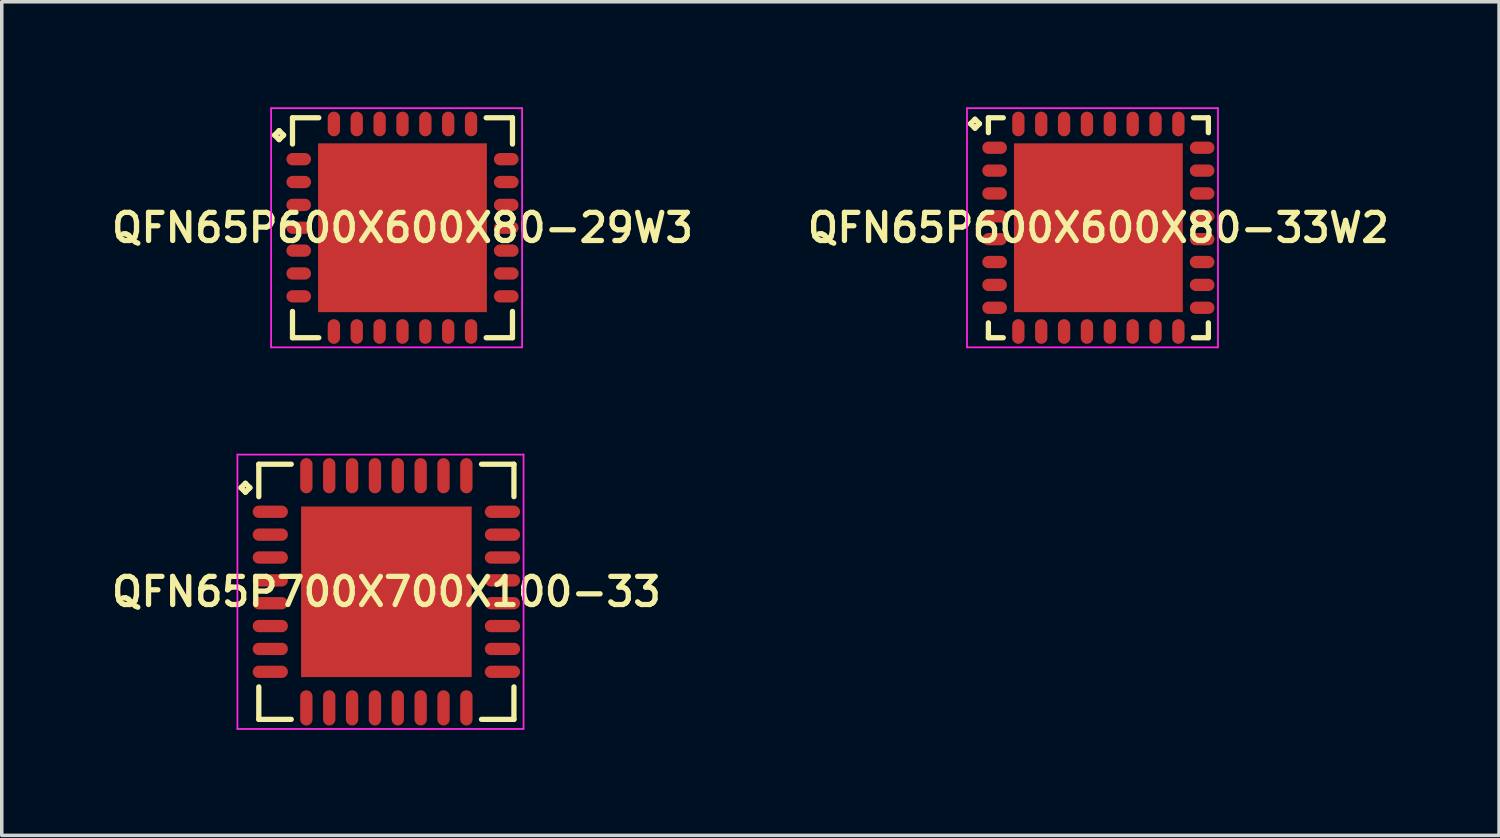
<source format=kicad_pcb>
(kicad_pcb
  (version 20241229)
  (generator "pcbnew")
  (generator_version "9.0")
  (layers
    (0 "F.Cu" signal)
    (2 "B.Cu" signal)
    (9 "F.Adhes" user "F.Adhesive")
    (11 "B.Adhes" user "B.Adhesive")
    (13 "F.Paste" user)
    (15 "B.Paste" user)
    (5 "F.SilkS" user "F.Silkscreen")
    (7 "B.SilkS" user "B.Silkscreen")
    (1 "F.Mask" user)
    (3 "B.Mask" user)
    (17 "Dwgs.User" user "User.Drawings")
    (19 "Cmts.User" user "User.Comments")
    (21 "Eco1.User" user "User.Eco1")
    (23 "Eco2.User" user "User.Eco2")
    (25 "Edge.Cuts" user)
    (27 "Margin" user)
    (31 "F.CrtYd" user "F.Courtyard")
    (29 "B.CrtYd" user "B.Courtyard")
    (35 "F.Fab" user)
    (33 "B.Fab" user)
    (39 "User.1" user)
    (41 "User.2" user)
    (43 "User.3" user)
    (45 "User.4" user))
  (footprint "QFN65P600X600X80-33W2"
    (layer "F.Cu")
    (at 28.178 3.425)
    (property "Reference" "QFN65P600X600X80-33W2" (at 0 0 0) (layer "F.SilkS") (effects (font (size 0.8 0.8) (thickness 0.15))))
    (attr smd)
    (fp_line (start -3.635 -2.958) (end -3.508 -3.085) (stroke (width 0.15) (type solid)) (layer "F.SilkS"))
    (fp_line (start -3.508 -3.085) (end -3.381 -2.958) (stroke (width 0.15) (type solid)) (layer "F.SilkS"))
    (fp_line (start -3.508 -2.831) (end -3.635 -2.958) (stroke (width 0.15) (type solid)) (layer "F.SilkS"))
    (fp_line (start -3.381 -2.958) (end -3.508 -2.831) (stroke (width 0.15) (type solid)) (layer "F.SilkS"))
    (fp_line (start -3.127 -3.127) (end -2.704 -3.127) (stroke (width 0.15) (type solid)) (layer "F.SilkS"))
    (fp_line (start -3.127 -2.704) (end -3.127 -3.127) (stroke (width 0.15) (type solid)) (layer "F.SilkS"))
    (fp_line (start -3.127 2.704) (end -3.127 3.127) (stroke (width 0.15) (type solid)) (layer "F.SilkS"))
    (fp_line (start -3.127 3.127) (end -2.704 3.127) (stroke (width 0.15) (type solid)) (layer "F.SilkS"))
    (fp_line (start 2.704 -3.127) (end 3.127 -3.127) (stroke (width 0.15) (type solid)) (layer "F.SilkS"))
    (fp_line (start 2.704 3.127) (end 3.127 3.127) (stroke (width 0.15) (type solid)) (layer "F.SilkS"))
    (fp_line (start 3.127 -3.127) (end 3.127 -2.704) (stroke (width 0.15) (type solid)) (layer "F.SilkS"))
    (fp_line (start 3.127 3.127) (end 3.127 2.704) (stroke (width 0.15) (type solid)) (layer "F.SilkS"))
    (fp_line (start -3.735 -3.4) (end 3.4 -3.4) (stroke (width 0.05) (type solid)) (layer "F.CrtYd"))
    (fp_line (start -3.735 3.4) (end -3.735 -3.4) (stroke (width 0.05) (type solid)) (layer "F.CrtYd"))
    (fp_line (start 3.4 -3.4) (end 3.4 3.4) (stroke (width 0.05) (type solid)) (layer "F.CrtYd"))
    (fp_line (start 3.4 3.4) (end -3.735 3.4) (stroke (width 0.05) (type solid)) (layer "F.CrtYd"))
    (pad "1" smd oval (at -2.95 -2.275) (size 0.7 0.35) (layers "F.Cu" "F.Mask" "F.Paste"))
    (pad "2" smd oval (at -2.95 -1.625) (size 0.7 0.35) (layers "F.Cu" "F.Mask" "F.Paste"))
    (pad "3" smd oval (at -2.95 -0.975) (size 0.7 0.35) (layers "F.Cu" "F.Mask" "F.Paste"))
    (pad "4" smd oval (at -2.95 -0.325) (size 0.7 0.35) (layers "F.Cu" "F.Mask" "F.Paste"))
    (pad "5" smd oval (at -2.95 0.325) (size 0.7 0.35) (layers "F.Cu" "F.Mask" "F.Paste"))
    (pad "6" smd oval (at -2.95 0.975) (size 0.7 0.35) (layers "F.Cu" "F.Mask" "F.Paste"))
    (pad "7" smd oval (at -2.95 1.625) (size 0.7 0.35) (layers "F.Cu" "F.Mask" "F.Paste"))
    (pad "8" smd oval (at -2.95 2.275) (size 0.7 0.35) (layers "F.Cu" "F.Mask" "F.Paste"))
    (pad "9" smd oval (at -2.275 2.95) (size 0.35 0.7) (layers "F.Cu" "F.Mask" "F.Paste"))
    (pad "10" smd oval (at -1.625 2.95) (size 0.35 0.7) (layers "F.Cu" "F.Mask" "F.Paste"))
    (pad "11" smd oval (at -0.975 2.95) (size 0.35 0.7) (layers "F.Cu" "F.Mask" "F.Paste"))
    (pad "12" smd oval (at -0.325 2.95) (size 0.35 0.7) (layers "F.Cu" "F.Mask" "F.Paste"))
    (pad "13" smd oval (at 0.325 2.95) (size 0.35 0.7) (layers "F.Cu" "F.Mask" "F.Paste"))
    (pad "14" smd oval (at 0.975 2.95) (size 0.35 0.7) (layers "F.Cu" "F.Mask" "F.Paste"))
    (pad "15" smd oval (at 1.625 2.95) (size 0.35 0.7) (layers "F.Cu" "F.Mask" "F.Paste"))
    (pad "16" smd oval (at 2.275 2.95) (size 0.35 0.7) (layers "F.Cu" "F.Mask" "F.Paste"))
    (pad "17" smd oval (at 2.95 2.275) (size 0.7 0.35) (layers "F.Cu" "F.Mask" "F.Paste"))
    (pad "18" smd oval (at 2.95 1.625) (size 0.7 0.35) (layers "F.Cu" "F.Mask" "F.Paste"))
    (pad "19" smd oval (at 2.95 0.975) (size 0.7 0.35) (layers "F.Cu" "F.Mask" "F.Paste"))
    (pad "20" smd oval (at 2.95 0.325) (size 0.7 0.35) (layers "F.Cu" "F.Mask" "F.Paste"))
    (pad "21" smd oval (at 2.95 -0.325) (size 0.7 0.35) (layers "F.Cu" "F.Mask" "F.Paste"))
    (pad "22" smd oval (at 2.95 -0.975) (size 0.7 0.35) (layers "F.Cu" "F.Mask" "F.Paste"))
    (pad "23" smd oval (at 2.95 -1.625) (size 0.7 0.35) (layers "F.Cu" "F.Mask" "F.Paste"))
    (pad "24" smd oval (at 2.95 -2.275) (size 0.7 0.35) (layers "F.Cu" "F.Mask" "F.Paste"))
    (pad "25" smd oval (at 2.275 -2.95) (size 0.35 0.7) (layers "F.Cu" "F.Mask" "F.Paste"))
    (pad "26" smd oval (at 1.625 -2.95) (size 0.35 0.7) (layers "F.Cu" "F.Mask" "F.Paste"))
    (pad "27" smd oval (at 0.975 -2.95) (size 0.35 0.7) (layers "F.Cu" "F.Mask" "F.Paste"))
    (pad "28" smd oval (at 0.325 -2.95) (size 0.35 0.7) (layers "F.Cu" "F.Mask" "F.Paste"))
    (pad "29" smd oval (at -0.325 -2.95) (size 0.35 0.7) (layers "F.Cu" "F.Mask" "F.Paste"))
    (pad "30" smd oval (at -0.975 -2.95) (size 0.35 0.7) (layers "F.Cu" "F.Mask" "F.Paste"))
    (pad "31" smd oval (at -1.625 -2.95) (size 0.35 0.7) (layers "F.Cu" "F.Mask" "F.Paste"))
    (pad "32" smd oval (at -2.275 -2.95) (size 0.35 0.7) (layers "F.Cu" "F.Mask" "F.Paste"))
    (pad "33" smd rect (at 0 0) (size 4.8 4.8) (layers "F.Cu" "F.Mask" "F.Paste")))
  (footprint "QFN65P600X600X80-29W3"
    (layer "F.Cu")
    (at 8.393 3.425)
    (property "Reference" "QFN65P600X600X80-29W3" (at 0 0 0) (layer "F.SilkS") (effects (font (size 0.8 0.8) (thickness 0.15))))
    (attr smd)
    (fp_line (start -3.635 -2.633) (end -3.508 -2.76) (stroke (width 0.15) (type solid)) (layer "F.SilkS"))
    (fp_line (start -3.508 -2.76) (end -3.381 -2.633) (stroke (width 0.15) (type solid)) (layer "F.SilkS"))
    (fp_line (start -3.508 -2.506) (end -3.635 -2.633) (stroke (width 0.15) (type solid)) (layer "F.SilkS"))
    (fp_line (start -3.381 -2.633) (end -3.508 -2.506) (stroke (width 0.15) (type solid)) (layer "F.SilkS"))
    (fp_line (start -3.127 -3.127) (end -2.379 -3.127) (stroke (width 0.15) (type solid)) (layer "F.SilkS"))
    (fp_line (start -3.127 -2.379) (end -3.127 -3.127) (stroke (width 0.15) (type solid)) (layer "F.SilkS"))
    (fp_line (start -3.127 2.379) (end -3.127 3.127) (stroke (width 0.15) (type solid)) (layer "F.SilkS"))
    (fp_line (start -3.127 3.127) (end -2.379 3.127) (stroke (width 0.15) (type solid)) (layer "F.SilkS"))
    (fp_line (start 2.379 -3.127) (end 3.127 -3.127) (stroke (width 0.15) (type solid)) (layer "F.SilkS"))
    (fp_line (start 2.379 3.127) (end 3.127 3.127) (stroke (width 0.15) (type solid)) (layer "F.SilkS"))
    (fp_line (start 3.127 -3.127) (end 3.127 -2.379) (stroke (width 0.15) (type solid)) (layer "F.SilkS"))
    (fp_line (start 3.127 3.127) (end 3.127 2.379) (stroke (width 0.15) (type solid)) (layer "F.SilkS"))
    (fp_line (start -3.735 -3.4) (end 3.4 -3.4) (stroke (width 0.05) (type solid)) (layer "F.CrtYd"))
    (fp_line (start -3.735 3.4) (end -3.735 -3.4) (stroke (width 0.05) (type solid)) (layer "F.CrtYd"))
    (fp_line (start 3.4 -3.4) (end 3.4 3.4) (stroke (width 0.05) (type solid)) (layer "F.CrtYd"))
    (fp_line (start 3.4 3.4) (end -3.735 3.4) (stroke (width 0.05) (type solid)) (layer "F.CrtYd"))
    (pad "1" smd oval (at -2.95 -1.95) (size 0.7 0.35) (layers "F.Cu" "F.Mask" "F.Paste"))
    (pad "2" smd oval (at -2.95 -1.3) (size 0.7 0.35) (layers "F.Cu" "F.Mask" "F.Paste"))
    (pad "3" smd oval (at -2.95 -0.65) (size 0.7 0.35) (layers "F.Cu" "F.Mask" "F.Paste"))
    (pad "4" smd oval (at -2.95 0) (size 0.7 0.35) (layers "F.Cu" "F.Mask" "F.Paste"))
    (pad "5" smd oval (at -2.95 0.65) (size 0.7 0.35) (layers "F.Cu" "F.Mask" "F.Paste"))
    (pad "6" smd oval (at -2.95 1.3) (size 0.7 0.35) (layers "F.Cu" "F.Mask" "F.Paste"))
    (pad "7" smd oval (at -2.95 1.95) (size 0.7 0.35) (layers "F.Cu" "F.Mask" "F.Paste"))
    (pad "8" smd oval (at -1.95 2.95) (size 0.35 0.7) (layers "F.Cu" "F.Mask" "F.Paste"))
    (pad "9" smd oval (at -1.3 2.95) (size 0.35 0.7) (layers "F.Cu" "F.Mask" "F.Paste"))
    (pad "10" smd oval (at -0.65 2.95) (size 0.35 0.7) (layers "F.Cu" "F.Mask" "F.Paste"))
    (pad "11" smd oval (at 0 2.95) (size 0.35 0.7) (layers "F.Cu" "F.Mask" "F.Paste"))
    (pad "12" smd oval (at 0.65 2.95) (size 0.35 0.7) (layers "F.Cu" "F.Mask" "F.Paste"))
    (pad "13" smd oval (at 1.3 2.95) (size 0.35 0.7) (layers "F.Cu" "F.Mask" "F.Paste"))
    (pad "14" smd oval (at 1.95 2.95) (size 0.35 0.7) (layers "F.Cu" "F.Mask" "F.Paste"))
    (pad "15" smd oval (at 2.95 1.95) (size 0.7 0.35) (layers "F.Cu" "F.Mask" "F.Paste"))
    (pad "16" smd oval (at 2.95 1.3) (size 0.7 0.35) (layers "F.Cu" "F.Mask" "F.Paste"))
    (pad "17" smd oval (at 2.95 0.65) (size 0.7 0.35) (layers "F.Cu" "F.Mask" "F.Paste"))
    (pad "18" smd oval (at 2.95 0) (size 0.7 0.35) (layers "F.Cu" "F.Mask" "F.Paste"))
    (pad "19" smd oval (at 2.95 -0.65) (size 0.7 0.35) (layers "F.Cu" "F.Mask" "F.Paste"))
    (pad "20" smd oval (at 2.95 -1.3) (size 0.7 0.35) (layers "F.Cu" "F.Mask" "F.Paste"))
    (pad "21" smd oval (at 2.95 -1.95) (size 0.7 0.35) (layers "F.Cu" "F.Mask" "F.Paste"))
    (pad "22" smd oval (at 1.95 -2.95) (size 0.35 0.7) (layers "F.Cu" "F.Mask" "F.Paste"))
    (pad "23" smd oval (at 1.3 -2.95) (size 0.35 0.7) (layers "F.Cu" "F.Mask" "F.Paste"))
    (pad "24" smd oval (at 0.65 -2.95) (size 0.35 0.7) (layers "F.Cu" "F.Mask" "F.Paste"))
    (pad "25" smd oval (at 0 -2.95) (size 0.35 0.7) (layers "F.Cu" "F.Mask" "F.Paste"))
    (pad "26" smd oval (at -0.65 -2.95) (size 0.35 0.7) (layers "F.Cu" "F.Mask" "F.Paste"))
    (pad "27" smd oval (at -1.3 -2.95) (size 0.35 0.7) (layers "F.Cu" "F.Mask" "F.Paste"))
    (pad "28" smd oval (at -1.95 -2.95) (size 0.35 0.7) (layers "F.Cu" "F.Mask" "F.Paste"))
    (pad "29" smd rect (at 0 0) (size 4.8 4.8) (layers "F.Cu" "F.Mask" "F.Paste")))
  (footprint "QFN65P700X700X100-33"
    (layer "F.Cu")
    (at 7.935 13.775)
    (property "Reference" "QFN65P700X700X100-33" (at 0 0 0) (layer "F.SilkS") (effects (font (size 0.8 0.8) (thickness 0.15))))
    (attr smd)
    (fp_line (start -4.135 -2.958) (end -4.008 -3.085) (stroke (width 0.15) (type solid)) (layer "F.SilkS"))
    (fp_line (start -4.008 -3.085) (end -3.881 -2.958) (stroke (width 0.15) (type solid)) (layer "F.SilkS"))
    (fp_line (start -4.008 -2.831) (end -4.135 -2.958) (stroke (width 0.15) (type solid)) (layer "F.SilkS"))
    (fp_line (start -3.881 -2.958) (end -4.008 -2.831) (stroke (width 0.15) (type solid)) (layer "F.SilkS"))
    (fp_line (start -3.627 -3.627) (end -2.704 -3.627) (stroke (width 0.15) (type solid)) (layer "F.SilkS"))
    (fp_line (start -3.627 -2.704) (end -3.627 -3.627) (stroke (width 0.15) (type solid)) (layer "F.SilkS"))
    (fp_line (start -3.627 2.704) (end -3.627 3.627) (stroke (width 0.15) (type solid)) (layer "F.SilkS"))
    (fp_line (start -3.627 3.627) (end -2.704 3.627) (stroke (width 0.15) (type solid)) (layer "F.SilkS"))
    (fp_line (start 2.704 -3.627) (end 3.627 -3.627) (stroke (width 0.15) (type solid)) (layer "F.SilkS"))
    (fp_line (start 2.704 3.627) (end 3.627 3.627) (stroke (width 0.15) (type solid)) (layer "F.SilkS"))
    (fp_line (start 3.627 -3.627) (end 3.627 -2.704) (stroke (width 0.15) (type solid)) (layer "F.SilkS"))
    (fp_line (start 3.627 3.627) (end 3.627 2.704) (stroke (width 0.15) (type solid)) (layer "F.SilkS"))
    (fp_line (start -4.235 -3.9) (end 3.9 -3.9) (stroke (width 0.05) (type solid)) (layer "F.CrtYd"))
    (fp_line (start -4.235 3.9) (end -4.235 -3.9) (stroke (width 0.05) (type solid)) (layer "F.CrtYd"))
    (fp_line (start 3.9 -3.9) (end 3.9 3.9) (stroke (width 0.05) (type solid)) (layer "F.CrtYd"))
    (fp_line (start 3.9 3.9) (end -4.235 3.9) (stroke (width 0.05) (type solid)) (layer "F.CrtYd"))
    (pad "1" smd oval (at -3.3 -2.275) (size 1 0.35) (layers "F.Cu" "F.Mask" "F.Paste"))
    (pad "2" smd oval (at -3.3 -1.625) (size 1 0.35) (layers "F.Cu" "F.Mask" "F.Paste"))
    (pad "3" smd oval (at -3.3 -0.975) (size 1 0.35) (layers "F.Cu" "F.Mask" "F.Paste"))
    (pad "4" smd oval (at -3.3 -0.325) (size 1 0.35) (layers "F.Cu" "F.Mask" "F.Paste"))
    (pad "5" smd oval (at -3.3 0.325) (size 1 0.35) (layers "F.Cu" "F.Mask" "F.Paste"))
    (pad "6" smd oval (at -3.3 0.975) (size 1 0.35) (layers "F.Cu" "F.Mask" "F.Paste"))
    (pad "7" smd oval (at -3.3 1.625) (size 1 0.35) (layers "F.Cu" "F.Mask" "F.Paste"))
    (pad "8" smd oval (at -3.3 2.275) (size 1 0.35) (layers "F.Cu" "F.Mask" "F.Paste"))
    (pad "9" smd oval (at -2.275 3.3) (size 0.35 1) (layers "F.Cu" "F.Mask" "F.Paste"))
    (pad "10" smd oval (at -1.625 3.3) (size 0.35 1) (layers "F.Cu" "F.Mask" "F.Paste"))
    (pad "11" smd oval (at -0.975 3.3) (size 0.35 1) (layers "F.Cu" "F.Mask" "F.Paste"))
    (pad "12" smd oval (at -0.325 3.3) (size 0.35 1) (layers "F.Cu" "F.Mask" "F.Paste"))
    (pad "13" smd oval (at 0.325 3.3) (size 0.35 1) (layers "F.Cu" "F.Mask" "F.Paste"))
    (pad "14" smd oval (at 0.975 3.3) (size 0.35 1) (layers "F.Cu" "F.Mask" "F.Paste"))
    (pad "15" smd oval (at 1.625 3.3) (size 0.35 1) (layers "F.Cu" "F.Mask" "F.Paste"))
    (pad "16" smd oval (at 2.275 3.3) (size 0.35 1) (layers "F.Cu" "F.Mask" "F.Paste"))
    (pad "17" smd oval (at 3.3 2.275) (size 1 0.35) (layers "F.Cu" "F.Mask" "F.Paste"))
    (pad "18" smd oval (at 3.3 1.625) (size 1 0.35) (layers "F.Cu" "F.Mask" "F.Paste"))
    (pad "19" smd oval (at 3.3 0.975) (size 1 0.35) (layers "F.Cu" "F.Mask" "F.Paste"))
    (pad "20" smd oval (at 3.3 0.325) (size 1 0.35) (layers "F.Cu" "F.Mask" "F.Paste"))
    (pad "21" smd oval (at 3.3 -0.325) (size 1 0.35) (layers "F.Cu" "F.Mask" "F.Paste"))
    (pad "22" smd oval (at 3.3 -0.975) (size 1 0.35) (layers "F.Cu" "F.Mask" "F.Paste"))
    (pad "23" smd oval (at 3.3 -1.625) (size 1 0.35) (layers "F.Cu" "F.Mask" "F.Paste"))
    (pad "24" smd oval (at 3.3 -2.275) (size 1 0.35) (layers "F.Cu" "F.Mask" "F.Paste"))
    (pad "25" smd oval (at 2.275 -3.3) (size 0.35 1) (layers "F.Cu" "F.Mask" "F.Paste"))
    (pad "26" smd oval (at 1.625 -3.3) (size 0.35 1) (layers "F.Cu" "F.Mask" "F.Paste"))
    (pad "27" smd oval (at 0.975 -3.3) (size 0.35 1) (layers "F.Cu" "F.Mask" "F.Paste"))
    (pad "28" smd oval (at 0.325 -3.3) (size 0.35 1) (layers "F.Cu" "F.Mask" "F.Paste"))
    (pad "29" smd oval (at -0.325 -3.3) (size 0.35 1) (layers "F.Cu" "F.Mask" "F.Paste"))
    (pad "30" smd oval (at -0.975 -3.3) (size 0.35 1) (layers "F.Cu" "F.Mask" "F.Paste"))
    (pad "31" smd oval (at -1.625 -3.3) (size 0.35 1) (layers "F.Cu" "F.Mask" "F.Paste"))
    (pad "32" smd oval (at -2.275 -3.3) (size 0.35 1) (layers "F.Cu" "F.Mask" "F.Paste"))
    (pad "33" smd rect (at 0 0) (size 4.85 4.85) (layers "F.Cu" "F.Mask" "F.Paste")))
  (gr_rect
    (start -3 -3)
    (end 39.57 20.7)
    (stroke (width 0.1) (type default))
    (fill no)
    (layer "Edge.Cuts")))
</source>
